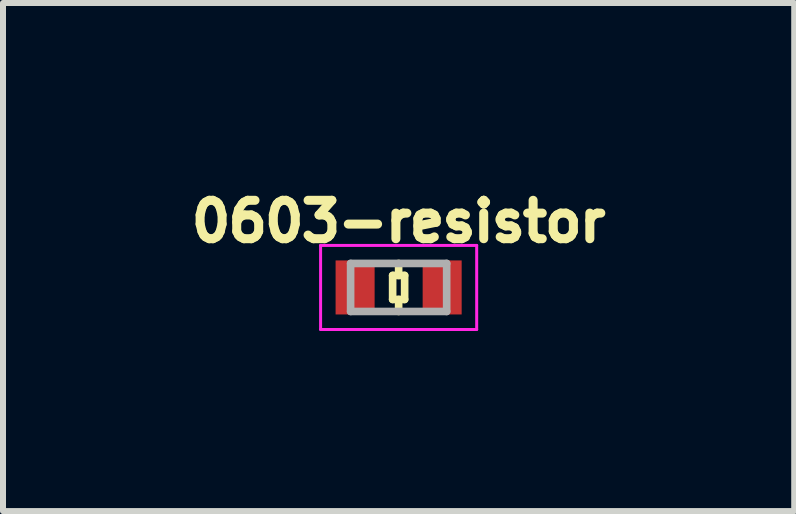
<source format=kicad_pcb>
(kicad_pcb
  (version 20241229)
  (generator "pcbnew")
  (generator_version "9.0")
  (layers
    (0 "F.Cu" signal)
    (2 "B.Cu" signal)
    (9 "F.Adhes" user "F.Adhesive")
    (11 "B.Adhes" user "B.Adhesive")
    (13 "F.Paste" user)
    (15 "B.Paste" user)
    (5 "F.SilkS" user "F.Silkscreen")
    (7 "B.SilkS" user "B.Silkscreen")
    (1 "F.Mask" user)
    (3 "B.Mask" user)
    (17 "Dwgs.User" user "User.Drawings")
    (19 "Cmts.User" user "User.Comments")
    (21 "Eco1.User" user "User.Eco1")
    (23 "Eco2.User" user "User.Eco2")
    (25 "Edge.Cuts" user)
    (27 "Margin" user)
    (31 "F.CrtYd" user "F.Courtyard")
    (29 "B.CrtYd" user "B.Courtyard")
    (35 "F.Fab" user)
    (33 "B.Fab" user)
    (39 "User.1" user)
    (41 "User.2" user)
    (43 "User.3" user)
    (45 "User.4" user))
  (footprint "0603-resistor"
    (layer "F.Cu")
    (at 3.59 1.738)
    (property "Reference" "0603-resistor" (at 0 -1.1 0) (layer "F.SilkS") (effects (font (size 0.64 0.64) (thickness 0.15))))
    (attr smd)
    (fp_line (start -0.1 -0.2) (end 0.1 -0.2) (stroke (width 0.127) (type solid)) (layer "F.SilkS"))
    (fp_line (start -0.1 0.2) (end -0.1 -0.2) (stroke (width 0.127) (type solid)) (layer "F.SilkS"))
    (fp_line (start -0.1 0.2) (end 0.1 0.2) (stroke (width 0.127) (type solid)) (layer "F.SilkS"))
    (fp_line (start 0 -0.2) (end 0 -0.4) (stroke (width 0.127) (type solid)) (layer "F.SilkS"))
    (fp_line (start 0 0.4) (end 0 0.2) (stroke (width 0.127) (type solid)) (layer "F.SilkS"))
    (fp_line (start 0.1 0.2) (end 0.1 -0.2) (stroke (width 0.127) (type solid)) (layer "F.SilkS"))
    (fp_line (start -1.3 -0.7) (end -1.3 0.7) (stroke (width 0.05) (type solid)) (layer "F.CrtYd"))
    (fp_line (start -1.3 0.7) (end 1.3 0.7) (stroke (width 0.05) (type solid)) (layer "F.CrtYd"))
    (fp_line (start 1.3 -0.7) (end -1.3 -0.7) (stroke (width 0.05) (type solid)) (layer "F.CrtYd"))
    (fp_line (start 1.3 0.7) (end 1.3 -0.7) (stroke (width 0.05) (type solid)) (layer "F.CrtYd"))
    (fp_line (start -0.8 -0.4) (end -0.8 0.4) (stroke (width 0.127) (type solid)) (layer "F.Fab"))
    (fp_line (start -0.8 -0.4) (end 0.8 -0.4) (stroke (width 0.127) (type solid)) (layer "F.Fab"))
    (fp_line (start -0.8 0.4) (end 0.8 0.4) (stroke (width 0.127) (type solid)) (layer "F.Fab"))
    (fp_line (start 0.8 -0.4) (end 0.8 0.4) (stroke (width 0.127) (type solid)) (layer "F.Fab"))
    (pad "1" smd rect (at -0.725 0) (size 0.65 0.9) (layers "F.Cu" "F.Mask" "F.Paste"))
    (pad "2" smd rect (at 0.725 0) (size 0.65 0.9) (layers "F.Cu" "F.Mask" "F.Paste")))
  (gr_rect
    (start -3 -3)
    (end 10.179 5.463)
    (stroke (width 0.1) (type default))
    (fill no)
    (layer "Edge.Cuts")))
</source>
